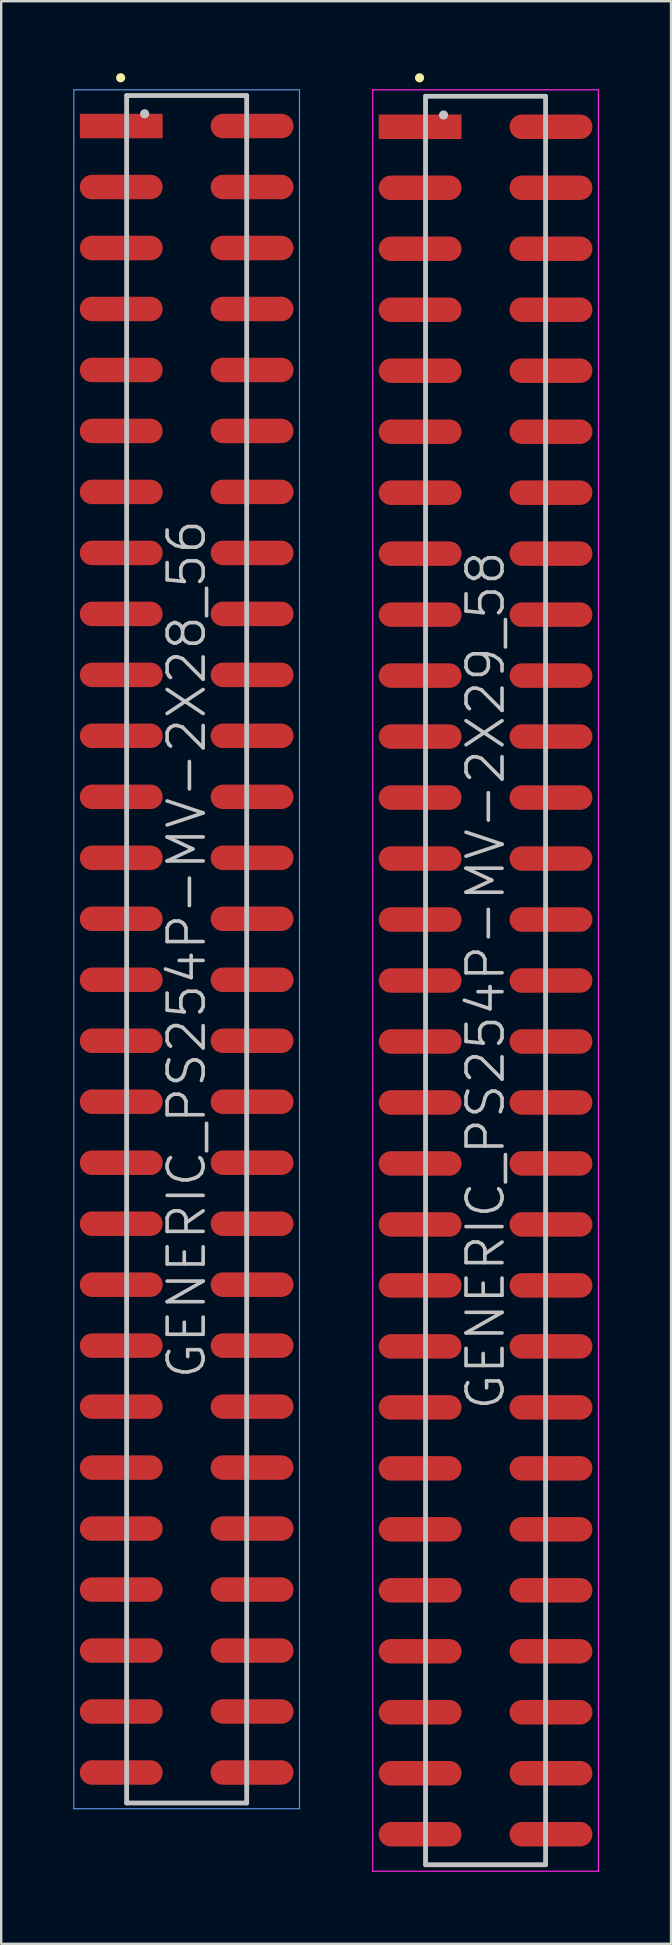
<source format=kicad_pcb>
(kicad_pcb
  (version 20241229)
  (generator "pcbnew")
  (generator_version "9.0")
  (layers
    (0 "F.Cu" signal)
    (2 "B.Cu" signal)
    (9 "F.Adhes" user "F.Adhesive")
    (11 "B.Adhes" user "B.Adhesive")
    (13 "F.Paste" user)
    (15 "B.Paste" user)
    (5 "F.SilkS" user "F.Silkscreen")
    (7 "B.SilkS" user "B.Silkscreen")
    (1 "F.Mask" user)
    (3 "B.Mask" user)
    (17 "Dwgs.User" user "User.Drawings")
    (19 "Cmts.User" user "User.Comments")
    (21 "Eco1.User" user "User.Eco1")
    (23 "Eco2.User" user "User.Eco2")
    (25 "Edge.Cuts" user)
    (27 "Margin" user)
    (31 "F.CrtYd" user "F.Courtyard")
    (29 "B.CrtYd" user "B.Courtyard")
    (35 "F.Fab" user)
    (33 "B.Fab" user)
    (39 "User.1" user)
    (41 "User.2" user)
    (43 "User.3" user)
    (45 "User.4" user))
  (footprint "GENERIC_PS254P-MV-2X29_58"
    (layer "F.Cu")
    (at 17.175 37.791)
    (property "Reference" "GENERIC_PS254P-MV-2X29_58" (at 0 0 90) (layer "Dwgs.User") (effects (font (size 1.5 1.5) (thickness 0.15))))
    (attr smd)
    (fp_line (start -2.75 -37.6) (end -2.75 -37.6) (stroke (width 0.381) (type solid)) (layer "F.SilkS"))
    (fp_line (start -2.5 -36.83) (end -2.5 36.83) (stroke (width 0.2) (type solid)) (layer "Dwgs.User"))
    (fp_line (start -2.5 -36.83) (end 2.5 -36.83) (stroke (width 0.2) (type solid)) (layer "Dwgs.User"))
    (fp_line (start -2.5 36.83) (end 2.5 36.83) (stroke (width 0.2) (type solid)) (layer "Dwgs.User"))
    (fp_line (start -1.75 -36.05) (end -1.75 -36.05) (stroke (width 0.381) (type solid)) (layer "Dwgs.User"))
    (fp_line (start 2.5 -36.83) (end 2.5 36.83) (stroke (width 0.2) (type solid)) (layer "Dwgs.User"))
    (fp_line (start -4.7 -37.1) (end -4.7 37.1) (stroke (width 0.05) (type solid)) (layer "F.CrtYd"))
    (fp_line (start -4.7 -37.1) (end 4.7 -37.1) (stroke (width 0.05) (type solid)) (layer "F.CrtYd"))
    (fp_line (start -4.7 37.1) (end 4.7 37.1) (stroke (width 0.05) (type solid)) (layer "F.CrtYd"))
    (fp_line (start 4.7 -37.1) (end 4.7 37.1) (stroke (width 0.05) (type solid)) (layer "F.CrtYd"))
    (pad "1" smd rect (at -2.725 -35.56 270) (size 1.02 3.45) (layers "F.Cu" "F.Mask" "F.Paste"))
    (pad "2" smd oval (at 2.725 -35.56 270) (size 1.02 3.45) (layers "F.Cu" "F.Mask" "F.Paste"))
    (pad "3" smd oval (at -2.725 -33.02 270) (size 1.02 3.45) (layers "F.Cu" "F.Mask" "F.Paste"))
    (pad "4" smd oval (at 2.725 -33.02 270) (size 1.02 3.45) (layers "F.Cu" "F.Mask" "F.Paste"))
    (pad "5" smd oval (at -2.725 -30.48 270) (size 1.02 3.45) (layers "F.Cu" "F.Mask" "F.Paste"))
    (pad "6" smd oval (at 2.725 -30.48 270) (size 1.02 3.45) (layers "F.Cu" "F.Mask" "F.Paste"))
    (pad "7" smd oval (at -2.725 -27.94 270) (size 1.02 3.45) (layers "F.Cu" "F.Mask" "F.Paste"))
    (pad "8" smd oval (at 2.725 -27.94 270) (size 1.02 3.45) (layers "F.Cu" "F.Mask" "F.Paste"))
    (pad "9" smd oval (at -2.725 -25.4 270) (size 1.02 3.45) (layers "F.Cu" "F.Mask" "F.Paste"))
    (pad "10" smd oval (at 2.725 -25.4 270) (size 1.02 3.45) (layers "F.Cu" "F.Mask" "F.Paste"))
    (pad "11" smd oval (at -2.725 -22.86 270) (size 1.02 3.45) (layers "F.Cu" "F.Mask" "F.Paste"))
    (pad "12" smd oval (at 2.725 -22.86 270) (size 1.02 3.45) (layers "F.Cu" "F.Mask" "F.Paste"))
    (pad "13" smd oval (at -2.725 -20.32 270) (size 1.02 3.45) (layers "F.Cu" "F.Mask" "F.Paste"))
    (pad "14" smd oval (at 2.725 -20.32 270) (size 1.02 3.45) (layers "F.Cu" "F.Mask" "F.Paste"))
    (pad "15" smd oval (at -2.725 -17.78 270) (size 1.02 3.45) (layers "F.Cu" "F.Mask" "F.Paste"))
    (pad "16" smd oval (at 2.725 -17.78 270) (size 1.02 3.45) (layers "F.Cu" "F.Mask" "F.Paste"))
    (pad "17" smd oval (at -2.725 -15.24 270) (size 1.02 3.45) (layers "F.Cu" "F.Mask" "F.Paste"))
    (pad "18" smd oval (at 2.725 -15.24 270) (size 1.02 3.45) (layers "F.Cu" "F.Mask" "F.Paste"))
    (pad "19" smd oval (at -2.725 -12.7 270) (size 1.02 3.45) (layers "F.Cu" "F.Mask" "F.Paste"))
    (pad "20" smd oval (at 2.725 -12.7 270) (size 1.02 3.45) (layers "F.Cu" "F.Mask" "F.Paste"))
    (pad "21" smd oval (at -2.725 -10.16 270) (size 1.02 3.45) (layers "F.Cu" "F.Mask" "F.Paste"))
    (pad "22" smd oval (at 2.725 -10.16 270) (size 1.02 3.45) (layers "F.Cu" "F.Mask" "F.Paste"))
    (pad "23" smd oval (at -2.725 -7.62 270) (size 1.02 3.45) (layers "F.Cu" "F.Mask" "F.Paste"))
    (pad "24" smd oval (at 2.725 -7.62 270) (size 1.02 3.45) (layers "F.Cu" "F.Mask" "F.Paste"))
    (pad "25" smd oval (at -2.725 -5.08 270) (size 1.02 3.45) (layers "F.Cu" "F.Mask" "F.Paste"))
    (pad "26" smd oval (at 2.725 -5.08 270) (size 1.02 3.45) (layers "F.Cu" "F.Mask" "F.Paste"))
    (pad "27" smd oval (at -2.725 -2.54 270) (size 1.02 3.45) (layers "F.Cu" "F.Mask" "F.Paste"))
    (pad "28" smd oval (at 2.725 -2.54 270) (size 1.02 3.45) (layers "F.Cu" "F.Mask" "F.Paste"))
    (pad "29" smd oval (at -2.725 0 270) (size 1.02 3.45) (layers "F.Cu" "F.Mask" "F.Paste"))
    (pad "30" smd oval (at 2.725 0 270) (size 1.02 3.45) (layers "F.Cu" "F.Mask" "F.Paste"))
    (pad "31" smd oval (at -2.725 2.54 270) (size 1.02 3.45) (layers "F.Cu" "F.Mask" "F.Paste"))
    (pad "32" smd oval (at 2.725 2.54 270) (size 1.02 3.45) (layers "F.Cu" "F.Mask" "F.Paste"))
    (pad "33" smd oval (at -2.725 5.08 270) (size 1.02 3.45) (layers "F.Cu" "F.Mask" "F.Paste"))
    (pad "34" smd oval (at 2.725 5.08 270) (size 1.02 3.45) (layers "F.Cu" "F.Mask" "F.Paste"))
    (pad "35" smd oval (at -2.725 7.62 270) (size 1.02 3.45) (layers "F.Cu" "F.Mask" "F.Paste"))
    (pad "36" smd oval (at 2.725 7.62 270) (size 1.02 3.45) (layers "F.Cu" "F.Mask" "F.Paste"))
    (pad "37" smd oval (at -2.725 10.16 270) (size 1.02 3.45) (layers "F.Cu" "F.Mask" "F.Paste"))
    (pad "38" smd oval (at 2.725 10.16 270) (size 1.02 3.45) (layers "F.Cu" "F.Mask" "F.Paste"))
    (pad "39" smd oval (at -2.725 12.7 270) (size 1.02 3.45) (layers "F.Cu" "F.Mask" "F.Paste"))
    (pad "40" smd oval (at 2.725 12.7 270) (size 1.02 3.45) (layers "F.Cu" "F.Mask" "F.Paste"))
    (pad "41" smd oval (at -2.725 15.24 270) (size 1.02 3.45) (layers "F.Cu" "F.Mask" "F.Paste"))
    (pad "42" smd oval (at 2.725 15.24 270) (size 1.02 3.45) (layers "F.Cu" "F.Mask" "F.Paste"))
    (pad "43" smd oval (at -2.725 17.78 270) (size 1.02 3.45) (layers "F.Cu" "F.Mask" "F.Paste"))
    (pad "44" smd oval (at 2.725 17.78 270) (size 1.02 3.45) (layers "F.Cu" "F.Mask" "F.Paste"))
    (pad "45" smd oval (at -2.725 20.32 270) (size 1.02 3.45) (layers "F.Cu" "F.Mask" "F.Paste"))
    (pad "46" smd oval (at 2.725 20.32 270) (size 1.02 3.45) (layers "F.Cu" "F.Mask" "F.Paste"))
    (pad "47" smd oval (at -2.725 22.86 270) (size 1.02 3.45) (layers "F.Cu" "F.Mask" "F.Paste"))
    (pad "48" smd oval (at 2.725 22.86 270) (size 1.02 3.45) (layers "F.Cu" "F.Mask" "F.Paste"))
    (pad "49" smd oval (at -2.725 25.4 270) (size 1.02 3.45) (layers "F.Cu" "F.Mask" "F.Paste"))
    (pad "50" smd oval (at 2.725 25.4 270) (size 1.02 3.45) (layers "F.Cu" "F.Mask" "F.Paste"))
    (pad "51" smd oval (at -2.725 27.94 270) (size 1.02 3.45) (layers "F.Cu" "F.Mask" "F.Paste"))
    (pad "52" smd oval (at 2.725 27.94 270) (size 1.02 3.45) (layers "F.Cu" "F.Mask" "F.Paste"))
    (pad "53" smd oval (at -2.725 30.48 270) (size 1.02 3.45) (layers "F.Cu" "F.Mask" "F.Paste"))
    (pad "54" smd oval (at 2.725 30.48 270) (size 1.02 3.45) (layers "F.Cu" "F.Mask" "F.Paste"))
    (pad "55" smd oval (at -2.725 33.02 270) (size 1.02 3.45) (layers "F.Cu" "F.Mask" "F.Paste"))
    (pad "56" smd oval (at 2.725 33.02 270) (size 1.02 3.45) (layers "F.Cu" "F.Mask" "F.Paste"))
    (pad "57" smd oval (at -2.725 35.56 270) (size 1.02 3.45) (layers "F.Cu" "F.Mask" "F.Paste"))
    (pad "58" smd oval (at 2.725 35.56 270) (size 1.02 3.45) (layers "F.Cu" "F.Mask" "F.Paste")))
  (footprint "GENERIC_PS254P-MV-2X28_56"
    (layer "F.Cu")
    (at 4.725 36.49)
    (property "Reference" "GENERIC_PS254P-MV-2X28_56" (at 0 0 90) (layer "Dwgs.User") (effects (font (size 1.5 1.5) (thickness 0.15))))
    (attr smd)
    (fp_line (start -2.75 -36.3) (end -2.75 -36.3) (stroke (width 0.381) (type solid)) (layer "F.SilkS"))
    (fp_line (start -2.5 -35.56) (end -2.5 35.56) (stroke (width 0.2) (type solid)) (layer "Dwgs.User"))
    (fp_line (start -2.5 -35.56) (end 2.5 -35.56) (stroke (width 0.2) (type solid)) (layer "Dwgs.User"))
    (fp_line (start -2.5 35.56) (end 2.5 35.56) (stroke (width 0.2) (type solid)) (layer "Dwgs.User"))
    (fp_line (start -1.75 -34.8) (end -1.75 -34.8) (stroke (width 0.381) (type solid)) (layer "Dwgs.User"))
    (fp_line (start 2.5 -35.56) (end 2.5 35.56) (stroke (width 0.2) (type solid)) (layer "Dwgs.User"))
    (fp_line (start -4.7 -35.8) (end -4.7 35.8) (stroke (width 0.05) (type solid)) (layer "Cmts.User"))
    (fp_line (start -4.7 -35.8) (end 4.7 -35.8) (stroke (width 0.05) (type solid)) (layer "Cmts.User"))
    (fp_line (start -4.7 35.8) (end 4.7 35.8) (stroke (width 0.05) (type solid)) (layer "Cmts.User"))
    (fp_line (start 4.7 -35.8) (end 4.7 35.8) (stroke (width 0.05) (type solid)) (layer "Cmts.User"))
    (pad "1" smd rect (at -2.725 -34.29 270) (size 1.02 3.45) (layers "F.Cu" "F.Mask" "F.Paste"))
    (pad "2" smd oval (at 2.725 -34.29 270) (size 1.02 3.45) (layers "F.Cu" "F.Mask" "F.Paste"))
    (pad "3" smd oval (at -2.725 -31.75 270) (size 1.02 3.45) (layers "F.Cu" "F.Mask" "F.Paste"))
    (pad "4" smd oval (at 2.725 -31.75 270) (size 1.02 3.45) (layers "F.Cu" "F.Mask" "F.Paste"))
    (pad "5" smd oval (at -2.725 -29.21 270) (size 1.02 3.45) (layers "F.Cu" "F.Mask" "F.Paste"))
    (pad "6" smd oval (at 2.725 -29.21 270) (size 1.02 3.45) (layers "F.Cu" "F.Mask" "F.Paste"))
    (pad "7" smd oval (at -2.725 -26.67 270) (size 1.02 3.45) (layers "F.Cu" "F.Mask" "F.Paste"))
    (pad "8" smd oval (at 2.725 -26.67 270) (size 1.02 3.45) (layers "F.Cu" "F.Mask" "F.Paste"))
    (pad "9" smd oval (at -2.725 -24.13 270) (size 1.02 3.45) (layers "F.Cu" "F.Mask" "F.Paste"))
    (pad "10" smd oval (at 2.725 -24.13 270) (size 1.02 3.45) (layers "F.Cu" "F.Mask" "F.Paste"))
    (pad "11" smd oval (at -2.725 -21.59 270) (size 1.02 3.45) (layers "F.Cu" "F.Mask" "F.Paste"))
    (pad "12" smd oval (at 2.725 -21.59 270) (size 1.02 3.45) (layers "F.Cu" "F.Mask" "F.Paste"))
    (pad "13" smd oval (at -2.725 -19.05 270) (size 1.02 3.45) (layers "F.Cu" "F.Mask" "F.Paste"))
    (pad "14" smd oval (at 2.725 -19.05 270) (size 1.02 3.45) (layers "F.Cu" "F.Mask" "F.Paste"))
    (pad "15" smd oval (at -2.725 -16.51 270) (size 1.02 3.45) (layers "F.Cu" "F.Mask" "F.Paste"))
    (pad "16" smd oval (at 2.725 -16.51 270) (size 1.02 3.45) (layers "F.Cu" "F.Mask" "F.Paste"))
    (pad "17" smd oval (at -2.725 -13.97 270) (size 1.02 3.45) (layers "F.Cu" "F.Mask" "F.Paste"))
    (pad "18" smd oval (at 2.725 -13.97 270) (size 1.02 3.45) (layers "F.Cu" "F.Mask" "F.Paste"))
    (pad "19" smd oval (at -2.725 -11.43 270) (size 1.02 3.45) (layers "F.Cu" "F.Mask" "F.Paste"))
    (pad "20" smd oval (at 2.725 -11.43 270) (size 1.02 3.45) (layers "F.Cu" "F.Mask" "F.Paste"))
    (pad "21" smd oval (at -2.725 -8.89 270) (size 1.02 3.45) (layers "F.Cu" "F.Mask" "F.Paste"))
    (pad "22" smd oval (at 2.725 -8.89 270) (size 1.02 3.45) (layers "F.Cu" "F.Mask" "F.Paste"))
    (pad "23" smd oval (at -2.725 -6.35 270) (size 1.02 3.45) (layers "F.Cu" "F.Mask" "F.Paste"))
    (pad "24" smd oval (at 2.725 -6.35 270) (size 1.02 3.45) (layers "F.Cu" "F.Mask" "F.Paste"))
    (pad "25" smd oval (at -2.725 -3.81 270) (size 1.02 3.45) (layers "F.Cu" "F.Mask" "F.Paste"))
    (pad "26" smd oval (at 2.725 -3.81 270) (size 1.02 3.45) (layers "F.Cu" "F.Mask" "F.Paste"))
    (pad "27" smd oval (at -2.725 -1.27 270) (size 1.02 3.45) (layers "F.Cu" "F.Mask" "F.Paste"))
    (pad "28" smd oval (at 2.725 -1.27 270) (size 1.02 3.45) (layers "F.Cu" "F.Mask" "F.Paste"))
    (pad "29" smd oval (at -2.725 1.27 270) (size 1.02 3.45) (layers "F.Cu" "F.Mask" "F.Paste"))
    (pad "30" smd oval (at 2.725 1.27 270) (size 1.02 3.45) (layers "F.Cu" "F.Mask" "F.Paste"))
    (pad "31" smd oval (at -2.725 3.81 270) (size 1.02 3.45) (layers "F.Cu" "F.Mask" "F.Paste"))
    (pad "32" smd oval (at 2.725 3.81 270) (size 1.02 3.45) (layers "F.Cu" "F.Mask" "F.Paste"))
    (pad "33" smd oval (at -2.725 6.35 270) (size 1.02 3.45) (layers "F.Cu" "F.Mask" "F.Paste"))
    (pad "34" smd oval (at 2.725 6.35 270) (size 1.02 3.45) (layers "F.Cu" "F.Mask" "F.Paste"))
    (pad "35" smd oval (at -2.725 8.89 270) (size 1.02 3.45) (layers "F.Cu" "F.Mask" "F.Paste"))
    (pad "36" smd oval (at 2.725 8.89 270) (size 1.02 3.45) (layers "F.Cu" "F.Mask" "F.Paste"))
    (pad "37" smd oval (at -2.725 11.43 270) (size 1.02 3.45) (layers "F.Cu" "F.Mask" "F.Paste"))
    (pad "38" smd oval (at 2.725 11.43 270) (size 1.02 3.45) (layers "F.Cu" "F.Mask" "F.Paste"))
    (pad "39" smd oval (at -2.725 13.97 270) (size 1.02 3.45) (layers "F.Cu" "F.Mask" "F.Paste"))
    (pad "40" smd oval (at 2.725 13.97 270) (size 1.02 3.45) (layers "F.Cu" "F.Mask" "F.Paste"))
    (pad "41" smd oval (at -2.725 16.51 270) (size 1.02 3.45) (layers "F.Cu" "F.Mask" "F.Paste"))
    (pad "42" smd oval (at 2.725 16.51 270) (size 1.02 3.45) (layers "F.Cu" "F.Mask" "F.Paste"))
    (pad "43" smd oval (at -2.725 19.05 270) (size 1.02 3.45) (layers "F.Cu" "F.Mask" "F.Paste"))
    (pad "44" smd oval (at 2.725 19.05 270) (size 1.02 3.45) (layers "F.Cu" "F.Mask" "F.Paste"))
    (pad "45" smd oval (at -2.725 21.59 270) (size 1.02 3.45) (layers "F.Cu" "F.Mask" "F.Paste"))
    (pad "46" smd oval (at 2.725 21.59 270) (size 1.02 3.45) (layers "F.Cu" "F.Mask" "F.Paste"))
    (pad "47" smd oval (at -2.725 24.13 270) (size 1.02 3.45) (layers "F.Cu" "F.Mask" "F.Paste"))
    (pad "48" smd oval (at 2.725 24.13 270) (size 1.02 3.45) (layers "F.Cu" "F.Mask" "F.Paste"))
    (pad "49" smd oval (at -2.725 26.67 270) (size 1.02 3.45) (layers "F.Cu" "F.Mask" "F.Paste"))
    (pad "50" smd oval (at 2.725 26.67 270) (size 1.02 3.45) (layers "F.Cu" "F.Mask" "F.Paste"))
    (pad "51" smd oval (at -2.725 29.21 270) (size 1.02 3.45) (layers "F.Cu" "F.Mask" "F.Paste"))
    (pad "52" smd oval (at 2.725 29.21 270) (size 1.02 3.45) (layers "F.Cu" "F.Mask" "F.Paste"))
    (pad "53" smd oval (at -2.725 31.75 270) (size 1.02 3.45) (layers "F.Cu" "F.Mask" "F.Paste"))
    (pad "54" smd oval (at 2.725 31.75 270) (size 1.02 3.45) (layers "F.Cu" "F.Mask" "F.Paste"))
    (pad "55" smd oval (at -2.725 34.29 270) (size 1.02 3.45) (layers "F.Cu" "F.Mask" "F.Paste"))
    (pad "56" smd oval (at 2.725 34.29 270) (size 1.02 3.45) (layers "F.Cu" "F.Mask" "F.Paste")))
  (gr_rect
    (start -3 -3)
    (end 24.9 77.915)
    (stroke (width 0.1) (type default))
    (fill no)
    (layer "Edge.Cuts")))
</source>
